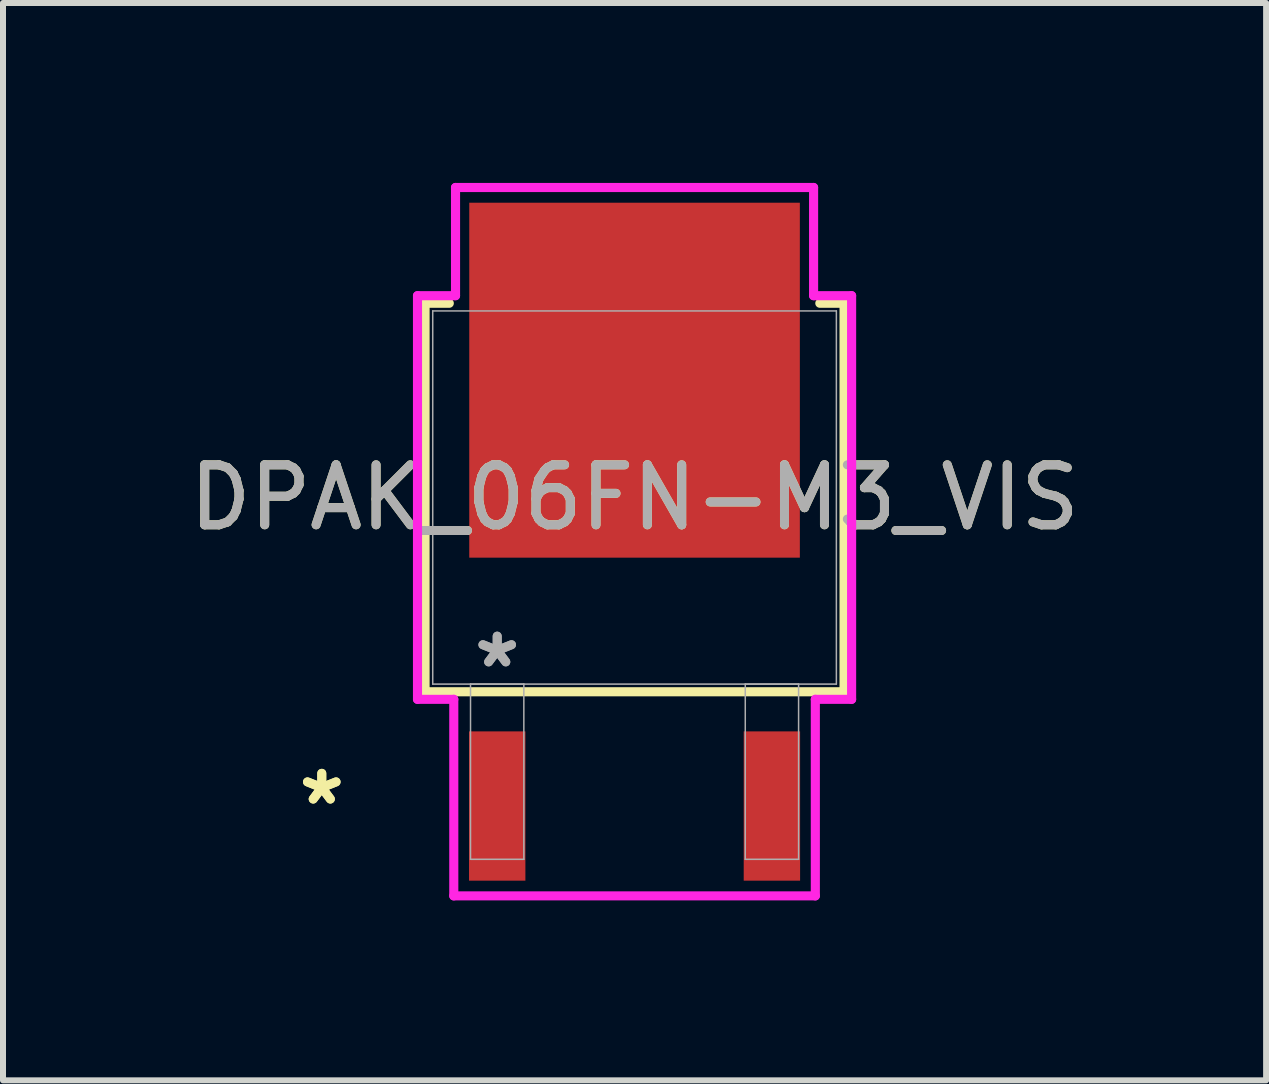
<source format=kicad_pcb>
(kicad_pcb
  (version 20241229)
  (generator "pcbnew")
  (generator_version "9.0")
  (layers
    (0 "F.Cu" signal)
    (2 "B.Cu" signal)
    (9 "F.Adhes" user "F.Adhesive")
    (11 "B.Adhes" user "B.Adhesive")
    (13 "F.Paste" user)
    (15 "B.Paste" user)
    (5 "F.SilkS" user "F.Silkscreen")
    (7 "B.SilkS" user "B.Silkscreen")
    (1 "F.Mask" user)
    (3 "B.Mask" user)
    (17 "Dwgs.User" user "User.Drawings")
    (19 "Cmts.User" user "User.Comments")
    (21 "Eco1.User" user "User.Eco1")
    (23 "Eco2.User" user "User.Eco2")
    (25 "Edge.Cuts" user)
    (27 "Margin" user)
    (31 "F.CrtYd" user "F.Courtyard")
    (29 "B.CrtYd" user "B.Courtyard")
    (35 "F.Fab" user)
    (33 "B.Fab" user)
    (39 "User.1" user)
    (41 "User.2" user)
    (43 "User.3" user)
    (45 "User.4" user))
  (footprint "DPAK_06FN-M3_VIS"
    (layer "F.Cu")
    (at 7.53 5.245)
    (property "Reference" "DPAK_06FN-M3_VIS" (at 0 0 0) (unlocked yes) (layer "F.SilkS") (effects (font (size 1 1) (thickness 0.15))))
    (attr smd)
    (fp_line (start -3.493 -3.239) (end -3.493 3.239) (stroke (width 0.152) (type solid)) (layer "F.SilkS"))
    (fp_line (start -3.493 3.239) (end 3.493 3.239) (stroke (width 0.152) (type solid)) (layer "F.SilkS"))
    (fp_line (start -3.089 -3.239) (end -3.493 -3.239) (stroke (width 0.152) (type solid)) (layer "F.SilkS"))
    (fp_line (start 3.493 -3.239) (end 3.089 -3.239) (stroke (width 0.152) (type solid)) (layer "F.SilkS"))
    (fp_line (start 3.493 3.239) (end 3.493 -3.239) (stroke (width 0.152) (type solid)) (layer "F.SilkS"))
    (fp_line (start -3.619 -3.365) (end -2.985 -3.365) (stroke (width 0.152) (type solid)) (layer "F.CrtYd"))
    (fp_line (start -3.619 3.365) (end -3.619 -3.365) (stroke (width 0.152) (type solid)) (layer "F.CrtYd"))
    (fp_line (start -3.014 3.365) (end -3.619 3.365) (stroke (width 0.152) (type solid)) (layer "F.CrtYd"))
    (fp_line (start -3.014 6.642) (end -3.014 3.365) (stroke (width 0.152) (type solid)) (layer "F.CrtYd"))
    (fp_line (start -2.985 -5.169) (end 2.985 -5.169) (stroke (width 0.152) (type solid)) (layer "F.CrtYd"))
    (fp_line (start -2.985 -3.365) (end -2.985 -5.169) (stroke (width 0.152) (type solid)) (layer "F.CrtYd"))
    (fp_line (start 2.985 -5.169) (end 2.985 -3.365) (stroke (width 0.152) (type solid)) (layer "F.CrtYd"))
    (fp_line (start 2.985 -3.365) (end 3.619 -3.365) (stroke (width 0.152) (type solid)) (layer "F.CrtYd"))
    (fp_line (start 3.014 3.365) (end 3.014 6.642) (stroke (width 0.152) (type solid)) (layer "F.CrtYd"))
    (fp_line (start 3.014 6.642) (end -3.014 6.642) (stroke (width 0.152) (type solid)) (layer "F.CrtYd"))
    (fp_line (start 3.619 -3.365) (end 3.619 3.365) (stroke (width 0.152) (type solid)) (layer "F.CrtYd"))
    (fp_line (start 3.619 3.365) (end 3.014 3.365) (stroke (width 0.152) (type solid)) (layer "F.CrtYd"))
    (fp_line (start -3.365 -3.111) (end -3.365 3.111) (stroke (width 0.025) (type solid)) (layer "F.Fab"))
    (fp_line (start -3.365 3.111) (end 3.365 3.111) (stroke (width 0.025) (type solid)) (layer "F.Fab"))
    (fp_line (start -2.735 3.111) (end -2.735 6.032) (stroke (width 0.025) (type solid)) (layer "F.Fab"))
    (fp_line (start -2.735 6.032) (end -1.846 6.032) (stroke (width 0.025) (type solid)) (layer "F.Fab"))
    (fp_line (start -1.846 3.111) (end -2.735 3.111) (stroke (width 0.025) (type solid)) (layer "F.Fab"))
    (fp_line (start -1.846 6.032) (end -1.846 3.111) (stroke (width 0.025) (type solid)) (layer "F.Fab"))
    (fp_line (start 1.846 3.111) (end 1.846 6.032) (stroke (width 0.025) (type solid)) (layer "F.Fab"))
    (fp_line (start 1.846 6.032) (end 2.735 6.032) (stroke (width 0.025) (type solid)) (layer "F.Fab"))
    (fp_line (start 2.735 3.111) (end 1.846 3.111) (stroke (width 0.025) (type solid)) (layer "F.Fab"))
    (fp_line (start 2.735 6.032) (end 2.735 3.111) (stroke (width 0.025) (type solid)) (layer "F.Fab"))
    (fp_line (start 3.365 -3.111) (end -3.365 -3.111) (stroke (width 0.025) (type solid)) (layer "F.Fab"))
    (fp_line (start 3.365 3.111) (end 3.365 -3.111) (stroke (width 0.025) (type solid)) (layer "F.Fab"))
    (fp_text user "*" (at -5.215 5.144 0) (unlocked yes) (layer "F.SilkS") (effects (font (size 1 1) (thickness 0.15))))
    (fp_text user "*" (at -5.215 5.144 0) (layer "F.SilkS") (effects (font (size 1 1) (thickness 0.15))))
    (fp_text user "*" (at -2.29 2.857 0) (layer "F.Fab") (effects (font (size 1 1) (thickness 0.15))))
    (fp_text user "${REFERENCE}" (at 0 0 0) (unlocked yes) (layer "F.Fab") (effects (font (size 1 1) (thickness 0.15))))
    (fp_text user "*" (at -2.29 2.857 0) (unlocked yes) (layer "F.Fab") (effects (font (size 1 1) (thickness 0.15))))
    (pad "1" smd rect (at -2.29 5.144) (size 0.94 2.489) (layers "F.Cu" "F.Mask" "F.Paste"))
    (pad "2" smd rect (at 0 -1.956) (size 5.512 5.918) (layers "F.Cu" "F.Mask" "F.Paste"))
    (pad "3" smd rect (at 2.29 5.144) (size 0.94 2.489) (layers "F.Cu" "F.Mask" "F.Paste")))
  (gr_rect
    (start -3 -3)
    (end 18.06 14.963)
    (stroke (width 0.1) (type default))
    (fill no)
    (layer "Edge.Cuts")))
</source>
